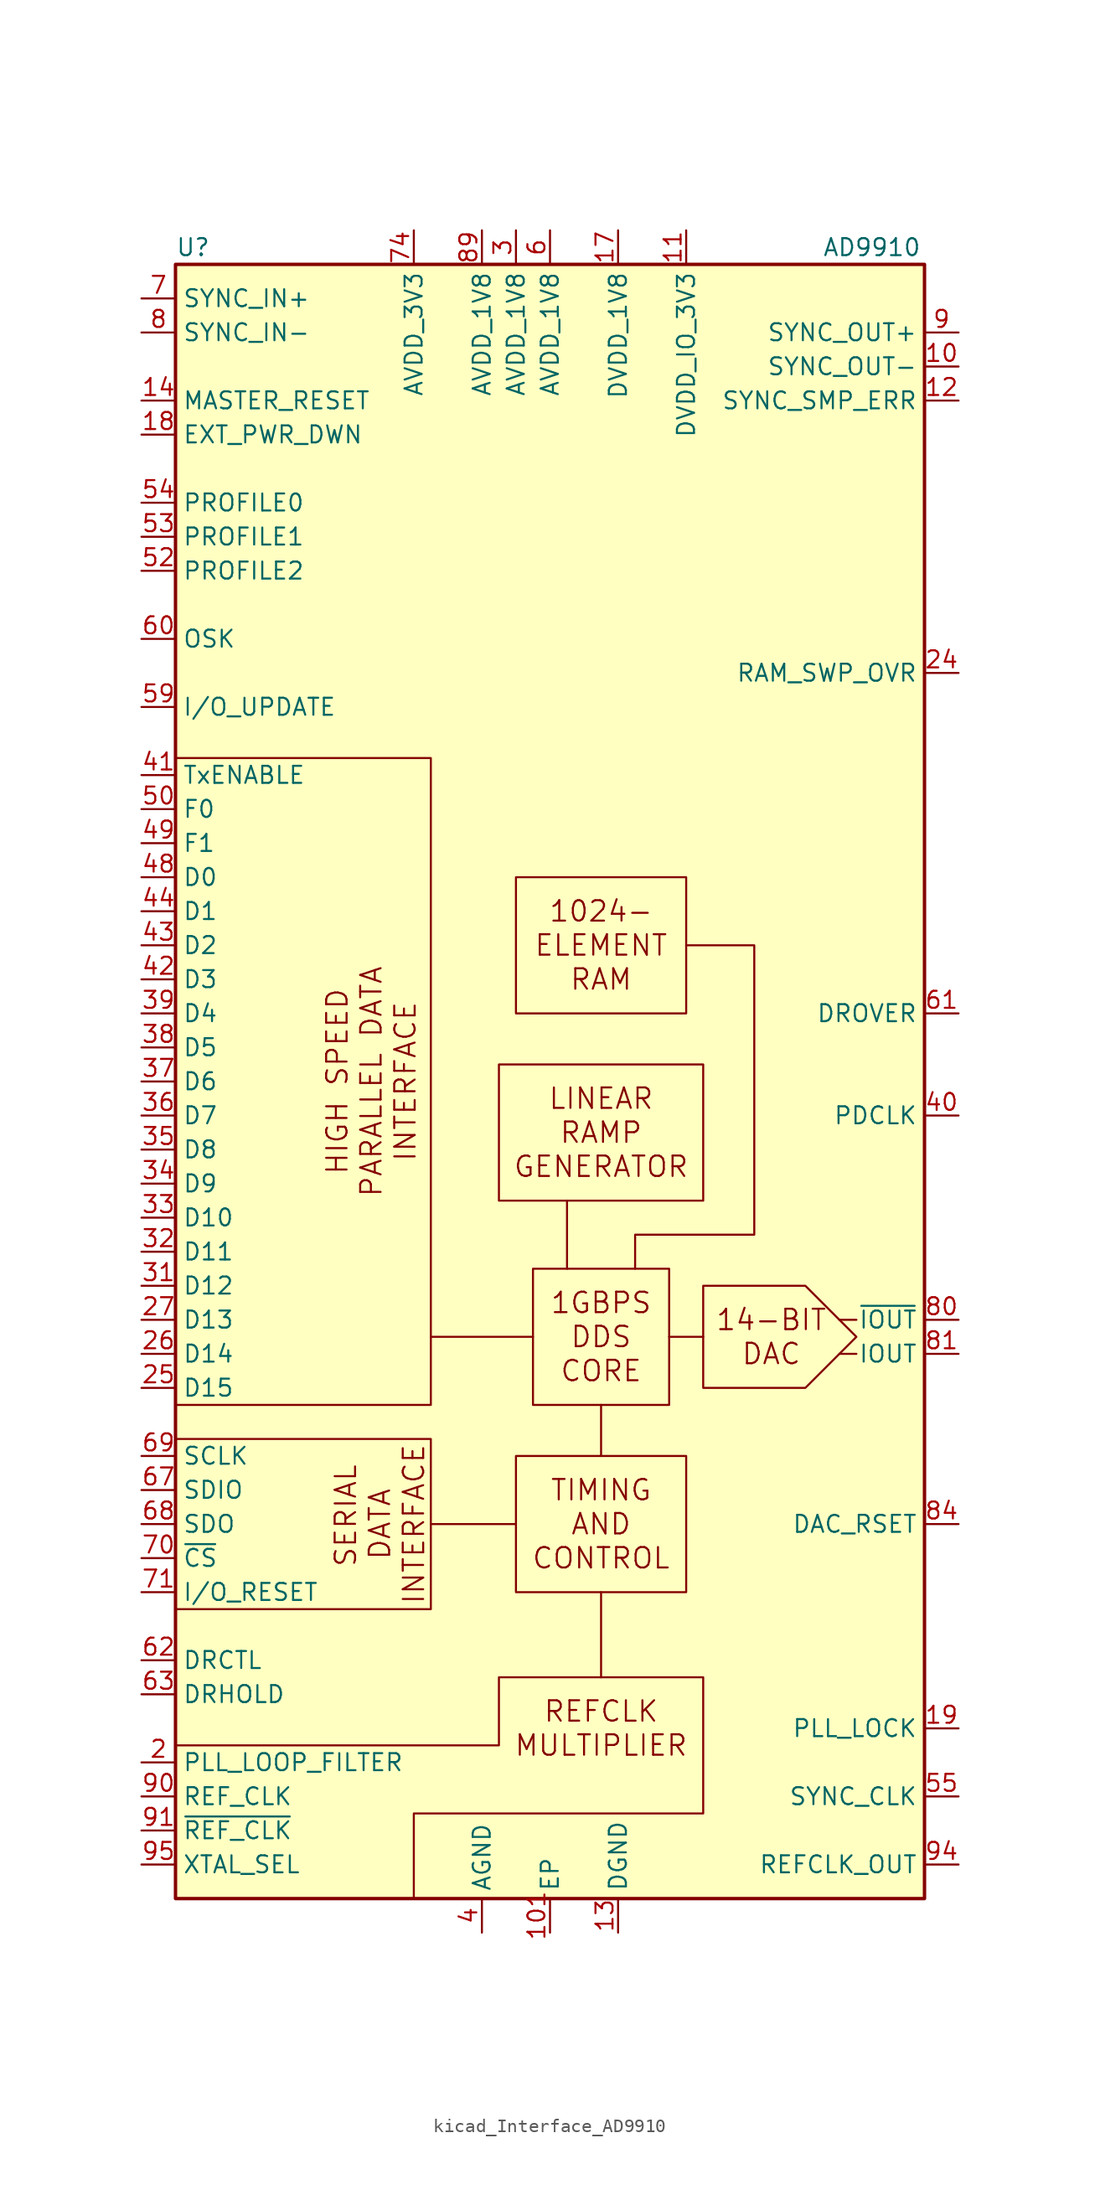
<source format=kicad_sym>
(kicad_symbol_lib
  (version 20220914)
  (generator kicad_symbol_editor)
  (symbol "kicad_Interface_AD9910"
    (property "Reference" "U"
      (at -27.94 62.23 0)
      (effects (font (size 1.27 1.27)) (justify left)))
    (property "Value" "AD9910"
      (at 20.32 62.23 0)
      (effects (font (size 1.27 1.27)) (justify left)))
    (symbol "kicad_Interface_AD9910_0_0"
      (rectangle (start -2.54 -27.94) (end 10.16 -38.1) (stroke (width 0) (type default)) (fill (type none)))
      (rectangle (start -2.54 15.24) (end 10.16 5.08) (stroke (width 0) (type default)) (fill (type none)))
      (polyline (pts (xy -2.54 -33.02) (xy -8.89 -33.02)) (stroke (width 0) (type default)) (fill (type none)))
      (polyline (pts (xy -1.27 -19.05) (xy -8.89 -19.05)) (stroke (width 0) (type default)) (fill (type none)))
      (polyline (pts (xy 1.27 -13.97) (xy 1.27 -8.89)) (stroke (width 0) (type default)) (fill (type none)))
      (polyline (pts (xy 3.81 -38.1) (xy 3.81 -44.45)) (stroke (width 0) (type default)) (fill (type none)))
      (polyline (pts (xy 3.81 -24.13) (xy 3.81 -27.94)) (stroke (width 0) (type default)) (fill (type none)))
      (polyline (pts (xy 11.43 -19.05) (xy 8.89 -19.05)) (stroke (width 0) (type default)) (fill (type none)))
      (polyline (pts (xy 21.59 -20.32) (xy 22.86 -20.32)) (stroke (width 0) (type default)) (fill (type none)))
      (polyline (pts (xy 22.86 -17.78) (xy 21.59 -17.78)) (stroke (width 0) (type default)) (fill (type none)))
      (polyline (pts (xy -27.94 -26.67) (xy -8.89 -26.67) (xy -8.89 -39.37) (xy -27.94 -39.37)) (stroke (width 0) (type default)) (fill (type none)))
      (polyline (pts (xy -27.94 24.13) (xy -8.89 24.13) (xy -8.89 -24.13) (xy -27.94 -24.13)) (stroke (width 0) (type default)) (fill (type none)))
      (polyline (pts (xy 10.16 10.16) (xy 15.24 10.16) (xy 15.24 -11.43) (xy 6.35 -11.43) (xy 6.35 -13.97)) (stroke (width 0) (type default)) (fill (type none)))
      (polyline (pts (xy 22.86 -19.05) (xy 19.05 -15.24) (xy 11.43 -15.24) (xy 11.43 -22.86) (xy 19.05 -22.86) (xy 22.86 -19.05)) (stroke (width 0) (type default)) (fill (type none)))
      (polyline (pts (xy -10.16 -60.96) (xy -10.16 -54.61) (xy 11.43 -54.61) (xy 11.43 -44.45) (xy -3.81 -44.45) (xy -3.81 -49.53) (xy -27.94 -49.53)) (stroke (width 0) (type default)) (fill (type none)))
      (rectangle (start 8.89 -13.97) (end -1.27 -24.13) (stroke (width 0) (type default)) (fill (type none)))
      (rectangle (start 11.43 -8.89) (end -3.81 1.27) (stroke (width 0) (type default)) (fill (type none)))
      (text "1024-" (at 3.81 12.7 0) (effects (font (size 1.524 1.524))))
      (text "1GBPS" (at 3.81 -16.51 0) (effects (font (size 1.524 1.524))))
      (text "AND" (at 3.81 -33.02 0) (effects (font (size 1.524 1.524))))
      (text "CONTROL" (at 3.81 -35.56 0) (effects (font (size 1.524 1.524))))
      (text "CORE" (at 3.81 -21.59 0) (effects (font (size 1.524 1.524))))
      (text "DAC" (at 16.51 -20.32 0) (effects (font (size 1.524 1.524))))
      (text "DATA" (at -12.7 -33.02 900) (effects (font (size 1.524 1.524))))
      (text "DDS" (at 3.81 -19.05 0) (effects (font (size 1.524 1.524))))
      (text "ELEMENT" (at 3.81 10.16 0) (effects (font (size 1.524 1.524))))
      (text "GENERATOR" (at 3.81 -6.35 0) (effects (font (size 1.524 1.524))))
      (text "HIGH SPEED" (at -15.875 0 900) (effects (font (size 1.524 1.524))))
      (text "INTERFACE" (at -10.795 0 900) (effects (font (size 1.524 1.524))))
      (text "INTERFACE" (at -10.16 -33.02 900) (effects (font (size 1.524 1.524))))
      (text "LINEAR" (at 3.81 -1.27 0) (effects (font (size 1.524 1.524))))
      (text "MULTIPLIER" (at 3.81 -49.53 0) (effects (font (size 1.524 1.524))))
      (text "PARALLEL DATA" (at -13.335 0 900) (effects (font (size 1.524 1.524))))
      (text "RAM" (at 3.81 7.62 0) (effects (font (size 1.524 1.524))))
      (text "RAMP" (at 3.81 -3.81 0) (effects (font (size 1.524 1.524))))
      (text "REFCLK" (at 3.81 -46.99 0) (effects (font (size 1.524 1.524))))
      (text "SERIAL" (at -15.24 -32.385 900) (effects (font (size 1.524 1.524))))
      (text "TIMING" (at 3.81 -30.48 0) (effects (font (size 1.524 1.524)))))
    (symbol "kicad_Interface_AD9910_0_1"
      (rectangle (start -27.94 60.96) (end 27.94 -60.96) (stroke (width 0.254) (type default)) (fill (type background))))
    (symbol "kicad_Interface_AD9910_1_0"
      (text "14-BIT" (at 16.51 -17.78 0) (effects (font (size 1.524 1.524)))))
    (symbol "kicad_Interface_AD9910_1_1"
      (pin no_connect line (at 27.94 48.26 180) (length 2.54) hide (name "NC" (effects (font (size 1.27 1.27)))) (number "1" (effects (font (size 1.27 1.27)))))
      (pin output line (at 30.48 53.34 180) (length 2.54) (name "SYNC_OUT-" (effects (font (size 1.27 1.27)))) (number "10" (effects (font (size 1.27 1.27)))))
      (pin no_connect line (at 27.94 22.86 180) (length 2.54) hide (name "NC" (effects (font (size 1.27 1.27)))) (number "100" (effects (font (size 1.27 1.27)))))
      (pin power_in line (at 0 -63.5 90) (length 2.54) (name "EP" (effects (font (size 1.27 1.27)))) (number "101" (effects (font (size 1.27 1.27)))))
      (pin power_in line (at 10.16 63.5 270) (length 2.54) (name "DVDD_IO_3V3" (effects (font (size 1.27 1.27)))) (number "11" (effects (font (size 1.27 1.27)))))
      (pin output line (at 30.48 50.8 180) (length 2.54) (name "SYNC_SMP_ERR" (effects (font (size 1.27 1.27)))) (number "12" (effects (font (size 1.27 1.27)))))
      (pin power_in line (at 5.08 -63.5 90) (length 2.54) (name "DGND" (effects (font (size 1.27 1.27)))) (number "13" (effects (font (size 1.27 1.27)))))
      (pin input line (at -30.48 50.8 0) (length 2.54) (name "MASTER_RESET" (effects (font (size 1.27 1.27)))) (number "14" (effects (font (size 1.27 1.27)))))
      (pin passive line (at 10.16 63.5 270) (length 2.54) hide (name "DVDD_IO_3V3" (effects (font (size 1.27 1.27)))) (number "15" (effects (font (size 1.27 1.27)))))
      (pin passive line (at 5.08 -63.5 90) (length 2.54) hide (name "DGND" (effects (font (size 1.27 1.27)))) (number "16" (effects (font (size 1.27 1.27)))))
      (pin power_in line (at 5.08 63.5 270) (length 2.54) (name "DVDD_1V8" (effects (font (size 1.27 1.27)))) (number "17" (effects (font (size 1.27 1.27)))))
      (pin input line (at -30.48 48.26 0) (length 2.54) (name "EXT_PWR_DWN" (effects (font (size 1.27 1.27)))) (number "18" (effects (font (size 1.27 1.27)))))
      (pin output line (at 30.48 -48.26 180) (length 2.54) (name "PLL_LOCK" (effects (font (size 1.27 1.27)))) (number "19" (effects (font (size 1.27 1.27)))))
      (pin input line (at -30.48 -50.8 0) (length 2.54) (name "PLL_LOOP_FILTER" (effects (font (size 1.27 1.27)))) (number "2" (effects (font (size 1.27 1.27)))))
      (pin no_connect line (at 27.94 45.72 180) (length 2.54) hide (name "NC" (effects (font (size 1.27 1.27)))) (number "20" (effects (font (size 1.27 1.27)))))
      (pin passive line (at 10.16 63.5 270) (length 2.54) hide (name "DVDD_IO_3V3" (effects (font (size 1.27 1.27)))) (number "21" (effects (font (size 1.27 1.27)))))
      (pin passive line (at 5.08 -63.5 90) (length 2.54) hide (name "DGND" (effects (font (size 1.27 1.27)))) (number "22" (effects (font (size 1.27 1.27)))))
      (pin passive line (at 5.08 63.5 270) (length 2.54) hide (name "DVDD_1V8" (effects (font (size 1.27 1.27)))) (number "23" (effects (font (size 1.27 1.27)))))
      (pin output line (at 30.48 30.48 180) (length 2.54) (name "RAM_SWP_OVR" (effects (font (size 1.27 1.27)))) (number "24" (effects (font (size 1.27 1.27)))))
      (pin input line (at -30.48 -22.86 0) (length 2.54) (name "D15" (effects (font (size 1.27 1.27)))) (number "25" (effects (font (size 1.27 1.27)))))
      (pin input line (at -30.48 -20.32 0) (length 2.54) (name "D14" (effects (font (size 1.27 1.27)))) (number "26" (effects (font (size 1.27 1.27)))))
      (pin input line (at -30.48 -17.78 0) (length 2.54) (name "D13" (effects (font (size 1.27 1.27)))) (number "27" (effects (font (size 1.27 1.27)))))
      (pin passive line (at 10.16 63.5 270) (length 2.54) hide (name "DVDD_IO_3V3" (effects (font (size 1.27 1.27)))) (number "28" (effects (font (size 1.27 1.27)))))
      (pin passive line (at 5.08 -63.5 90) (length 2.54) hide (name "DGND" (effects (font (size 1.27 1.27)))) (number "29" (effects (font (size 1.27 1.27)))))
      (pin power_in line (at -2.54 63.5 270) (length 2.54) (name "AVDD_1V8" (effects (font (size 1.27 1.27)))) (number "3" (effects (font (size 1.27 1.27)))))
      (pin passive line (at 5.08 63.5 270) (length 2.54) hide (name "DVDD_1V8" (effects (font (size 1.27 1.27)))) (number "30" (effects (font (size 1.27 1.27)))))
      (pin input line (at -30.48 -15.24 0) (length 2.54) (name "D12" (effects (font (size 1.27 1.27)))) (number "31" (effects (font (size 1.27 1.27)))))
      (pin input line (at -30.48 -12.7 0) (length 2.54) (name "D11" (effects (font (size 1.27 1.27)))) (number "32" (effects (font (size 1.27 1.27)))))
      (pin input line (at -30.48 -10.16 0) (length 2.54) (name "D10" (effects (font (size 1.27 1.27)))) (number "33" (effects (font (size 1.27 1.27)))))
      (pin input line (at -30.48 -7.62 0) (length 2.54) (name "D9" (effects (font (size 1.27 1.27)))) (number "34" (effects (font (size 1.27 1.27)))))
      (pin input line (at -30.48 -5.08 0) (length 2.54) (name "D8" (effects (font (size 1.27 1.27)))) (number "35" (effects (font (size 1.27 1.27)))))
      (pin input line (at -30.48 -2.54 0) (length 2.54) (name "D7" (effects (font (size 1.27 1.27)))) (number "36" (effects (font (size 1.27 1.27)))))
      (pin input line (at -30.48 0 0) (length 2.54) (name "D6" (effects (font (size 1.27 1.27)))) (number "37" (effects (font (size 1.27 1.27)))))
      (pin input line (at -30.48 2.54 0) (length 2.54) (name "D5" (effects (font (size 1.27 1.27)))) (number "38" (effects (font (size 1.27 1.27)))))
      (pin input line (at -30.48 5.08 0) (length 2.54) (name "D4" (effects (font (size 1.27 1.27)))) (number "39" (effects (font (size 1.27 1.27)))))
      (pin power_in line (at -5.08 -63.5 90) (length 2.54) (name "AGND" (effects (font (size 1.27 1.27)))) (number "4" (effects (font (size 1.27 1.27)))))
      (pin output line (at 30.48 -2.54 180) (length 2.54) (name "PDCLK" (effects (font (size 1.27 1.27)))) (number "40" (effects (font (size 1.27 1.27)))))
      (pin input line (at -30.48 22.86 0) (length 2.54) (name "TxENABLE" (effects (font (size 1.27 1.27)))) (number "41" (effects (font (size 1.27 1.27)))))
      (pin input line (at -30.48 7.62 0) (length 2.54) (name "D3" (effects (font (size 1.27 1.27)))) (number "42" (effects (font (size 1.27 1.27)))))
      (pin input line (at -30.48 10.16 0) (length 2.54) (name "D2" (effects (font (size 1.27 1.27)))) (number "43" (effects (font (size 1.27 1.27)))))
      (pin input line (at -30.48 12.7 0) (length 2.54) (name "D1" (effects (font (size 1.27 1.27)))) (number "44" (effects (font (size 1.27 1.27)))))
      (pin passive line (at 10.16 63.5 270) (length 2.54) hide (name "DVDD_IO_3V3" (effects (font (size 1.27 1.27)))) (number "45" (effects (font (size 1.27 1.27)))))
      (pin passive line (at 5.08 -63.5 90) (length 2.54) hide (name "DGND" (effects (font (size 1.27 1.27)))) (number "46" (effects (font (size 1.27 1.27)))))
      (pin passive line (at 5.08 63.5 270) (length 2.54) hide (name "DVDD_1V8" (effects (font (size 1.27 1.27)))) (number "47" (effects (font (size 1.27 1.27)))))
      (pin input line (at -30.48 15.24 0) (length 2.54) (name "D0" (effects (font (size 1.27 1.27)))) (number "48" (effects (font (size 1.27 1.27)))))
      (pin input line (at -30.48 17.78 0) (length 2.54) (name "F1" (effects (font (size 1.27 1.27)))) (number "49" (effects (font (size 1.27 1.27)))))
      (pin passive line (at -5.08 -63.5 90) (length 2.54) hide (name "AGND" (effects (font (size 1.27 1.27)))) (number "5" (effects (font (size 1.27 1.27)))))
      (pin input line (at -30.48 20.32 0) (length 2.54) (name "F0" (effects (font (size 1.27 1.27)))) (number "50" (effects (font (size 1.27 1.27)))))
      (pin passive line (at 5.08 -63.5 90) (length 2.54) hide (name "DGND" (effects (font (size 1.27 1.27)))) (number "51" (effects (font (size 1.27 1.27)))))
      (pin input line (at -30.48 38.1 0) (length 2.54) (name "PROFILE2" (effects (font (size 1.27 1.27)))) (number "52" (effects (font (size 1.27 1.27)))))
      (pin input line (at -30.48 40.64 0) (length 2.54) (name "PROFILE1" (effects (font (size 1.27 1.27)))) (number "53" (effects (font (size 1.27 1.27)))))
      (pin input line (at -30.48 43.18 0) (length 2.54) (name "PROFILE0" (effects (font (size 1.27 1.27)))) (number "54" (effects (font (size 1.27 1.27)))))
      (pin output line (at 30.48 -53.34 180) (length 2.54) (name "SYNC_CLK" (effects (font (size 1.27 1.27)))) (number "55" (effects (font (size 1.27 1.27)))))
      (pin passive line (at 10.16 63.5 270) (length 2.54) hide (name "DVDD_IO_3V3" (effects (font (size 1.27 1.27)))) (number "56" (effects (font (size 1.27 1.27)))))
      (pin passive line (at 5.08 63.5 270) (length 2.54) hide (name "DVDD_1V8" (effects (font (size 1.27 1.27)))) (number "57" (effects (font (size 1.27 1.27)))))
      (pin passive line (at 5.08 -63.5 90) (length 2.54) hide (name "DGND" (effects (font (size 1.27 1.27)))) (number "58" (effects (font (size 1.27 1.27)))))
      (pin bidirectional line (at -30.48 27.94 0) (length 2.54) (name "I/O_UPDATE" (effects (font (size 1.27 1.27)))) (number "59" (effects (font (size 1.27 1.27)))))
      (pin power_in line (at 0 63.5 270) (length 2.54) (name "AVDD_1V8" (effects (font (size 1.27 1.27)))) (number "6" (effects (font (size 1.27 1.27)))))
      (pin input line (at -30.48 33.02 0) (length 2.54) (name "OSK" (effects (font (size 1.27 1.27)))) (number "60" (effects (font (size 1.27 1.27)))))
      (pin output line (at 30.48 5.08 180) (length 2.54) (name "DROVER" (effects (font (size 1.27 1.27)))) (number "61" (effects (font (size 1.27 1.27)))))
      (pin input line (at -30.48 -43.18 0) (length 2.54) (name "DRCTL" (effects (font (size 1.27 1.27)))) (number "62" (effects (font (size 1.27 1.27)))))
      (pin input line (at -30.48 -45.72 0) (length 2.54) (name "DRHOLD" (effects (font (size 1.27 1.27)))) (number "63" (effects (font (size 1.27 1.27)))))
      (pin passive line (at 5.08 63.5 270) (length 2.54) hide (name "DVDD_1V8" (effects (font (size 1.27 1.27)))) (number "64" (effects (font (size 1.27 1.27)))))
      (pin passive line (at 5.08 -63.5 90) (length 2.54) hide (name "DGND" (effects (font (size 1.27 1.27)))) (number "65" (effects (font (size 1.27 1.27)))))
      (pin passive line (at 10.16 63.5 270) (length 2.54) hide (name "DVDD_IO_3V3" (effects (font (size 1.27 1.27)))) (number "66" (effects (font (size 1.27 1.27)))))
      (pin bidirectional line (at -30.48 -30.48 0) (length 2.54) (name "SDIO" (effects (font (size 1.27 1.27)))) (number "67" (effects (font (size 1.27 1.27)))))
      (pin output line (at -30.48 -33.02 0) (length 2.54) (name "SDO" (effects (font (size 1.27 1.27)))) (number "68" (effects (font (size 1.27 1.27)))))
      (pin input line (at -30.48 -27.94 0) (length 2.54) (name "SCLK" (effects (font (size 1.27 1.27)))) (number "69" (effects (font (size 1.27 1.27)))))
      (pin input line (at -30.48 58.42 0) (length 2.54) (name "SYNC_IN+" (effects (font (size 1.27 1.27)))) (number "7" (effects (font (size 1.27 1.27)))))
      (pin input line (at -30.48 -35.56 0) (length 2.54) (name "~{CS}" (effects (font (size 1.27 1.27)))) (number "70" (effects (font (size 1.27 1.27)))))
      (pin input line (at -30.48 -38.1 0) (length 2.54) (name "I/O_RESET" (effects (font (size 1.27 1.27)))) (number "71" (effects (font (size 1.27 1.27)))))
      (pin no_connect line (at 27.94 43.18 180) (length 2.54) hide (name "NC" (effects (font (size 1.27 1.27)))) (number "72" (effects (font (size 1.27 1.27)))))
      (pin passive line (at -5.08 -63.5 90) (length 2.54) hide (name "AGND" (effects (font (size 1.27 1.27)))) (number "73" (effects (font (size 1.27 1.27)))))
      (pin power_in line (at -10.16 63.5 270) (length 2.54) (name "AVDD_3V3" (effects (font (size 1.27 1.27)))) (number "74" (effects (font (size 1.27 1.27)))))
      (pin passive line (at -10.16 63.5 270) (length 2.54) hide (name "AVDD_3V3" (effects (font (size 1.27 1.27)))) (number "75" (effects (font (size 1.27 1.27)))))
      (pin passive line (at -10.16 63.5 270) (length 2.54) hide (name "AVDD_3V3" (effects (font (size 1.27 1.27)))) (number "76" (effects (font (size 1.27 1.27)))))
      (pin passive line (at -10.16 63.5 270) (length 2.54) hide (name "AVDD_3V3" (effects (font (size 1.27 1.27)))) (number "77" (effects (font (size 1.27 1.27)))))
      (pin passive line (at -5.08 -63.5 90) (length 2.54) hide (name "AGND" (effects (font (size 1.27 1.27)))) (number "78" (effects (font (size 1.27 1.27)))))
      (pin passive line (at -5.08 -63.5 90) (length 2.54) hide (name "AGND" (effects (font (size 1.27 1.27)))) (number "79" (effects (font (size 1.27 1.27)))))
      (pin input line (at -30.48 55.88 0) (length 2.54) (name "SYNC_IN-" (effects (font (size 1.27 1.27)))) (number "8" (effects (font (size 1.27 1.27)))))
      (pin output line (at 30.48 -17.78 180) (length 2.54) (name "~{IOUT}" (effects (font (size 1.27 1.27)))) (number "80" (effects (font (size 1.27 1.27)))))
      (pin output line (at 30.48 -20.32 180) (length 2.54) (name "IOUT" (effects (font (size 1.27 1.27)))) (number "81" (effects (font (size 1.27 1.27)))))
      (pin passive line (at -5.08 -63.5 90) (length 2.54) hide (name "AGND" (effects (font (size 1.27 1.27)))) (number "82" (effects (font (size 1.27 1.27)))))
      (pin passive line (at -10.16 63.5 270) (length 2.54) hide (name "AVDD_3V3" (effects (font (size 1.27 1.27)))) (number "83" (effects (font (size 1.27 1.27)))))
      (pin output line (at 30.48 -33.02 180) (length 2.54) (name "DAC_RSET" (effects (font (size 1.27 1.27)))) (number "84" (effects (font (size 1.27 1.27)))))
      (pin passive line (at -5.08 -63.5 90) (length 2.54) hide (name "AGND" (effects (font (size 1.27 1.27)))) (number "85" (effects (font (size 1.27 1.27)))))
      (pin no_connect line (at 27.94 40.64 180) (length 2.54) hide (name "NC" (effects (font (size 1.27 1.27)))) (number "86" (effects (font (size 1.27 1.27)))))
      (pin no_connect line (at 27.94 38.1 180) (length 2.54) hide (name "NC" (effects (font (size 1.27 1.27)))) (number "87" (effects (font (size 1.27 1.27)))))
      (pin passive line (at -5.08 -63.5 90) (length 2.54) hide (name "AGND" (effects (font (size 1.27 1.27)))) (number "88" (effects (font (size 1.27 1.27)))))
      (pin power_in line (at -5.08 63.5 270) (length 2.54) (name "AVDD_1V8" (effects (font (size 1.27 1.27)))) (number "89" (effects (font (size 1.27 1.27)))))
      (pin output line (at 30.48 55.88 180) (length 2.54) (name "SYNC_OUT+" (effects (font (size 1.27 1.27)))) (number "9" (effects (font (size 1.27 1.27)))))
      (pin input line (at -30.48 -53.34 0) (length 2.54) (name "REF_CLK" (effects (font (size 1.27 1.27)))) (number "90" (effects (font (size 1.27 1.27)))))
      (pin input line (at -30.48 -55.88 0) (length 2.54) (name "~{REF_CLK}" (effects (font (size 1.27 1.27)))) (number "91" (effects (font (size 1.27 1.27)))))
      (pin passive line (at -5.08 63.5 270) (length 2.54) hide (name "AVDD_1V8" (effects (font (size 1.27 1.27)))) (number "92" (effects (font (size 1.27 1.27)))))
      (pin no_connect line (at 27.94 35.56 180) (length 2.54) hide (name "NC" (effects (font (size 1.27 1.27)))) (number "93" (effects (font (size 1.27 1.27)))))
      (pin output line (at 30.48 -58.42 180) (length 2.54) (name "REFCLK_OUT" (effects (font (size 1.27 1.27)))) (number "94" (effects (font (size 1.27 1.27)))))
      (pin input line (at -30.48 -58.42 0) (length 2.54) (name "XTAL_SEL" (effects (font (size 1.27 1.27)))) (number "95" (effects (font (size 1.27 1.27)))))
      (pin passive line (at -5.08 -63.5 90) (length 2.54) hide (name "AGND" (effects (font (size 1.27 1.27)))) (number "96" (effects (font (size 1.27 1.27)))))
      (pin no_connect line (at 27.94 33.02 180) (length 2.54) hide (name "NC" (effects (font (size 1.27 1.27)))) (number "97" (effects (font (size 1.27 1.27)))))
      (pin no_connect line (at 27.94 27.94 180) (length 2.54) hide (name "NC" (effects (font (size 1.27 1.27)))) (number "98" (effects (font (size 1.27 1.27)))))
      (pin no_connect line (at 27.94 25.4 180) (length 2.54) hide (name "NC" (effects (font (size 1.27 1.27)))) (number "99" (effects (font (size 1.27 1.27))))))))
</source>
